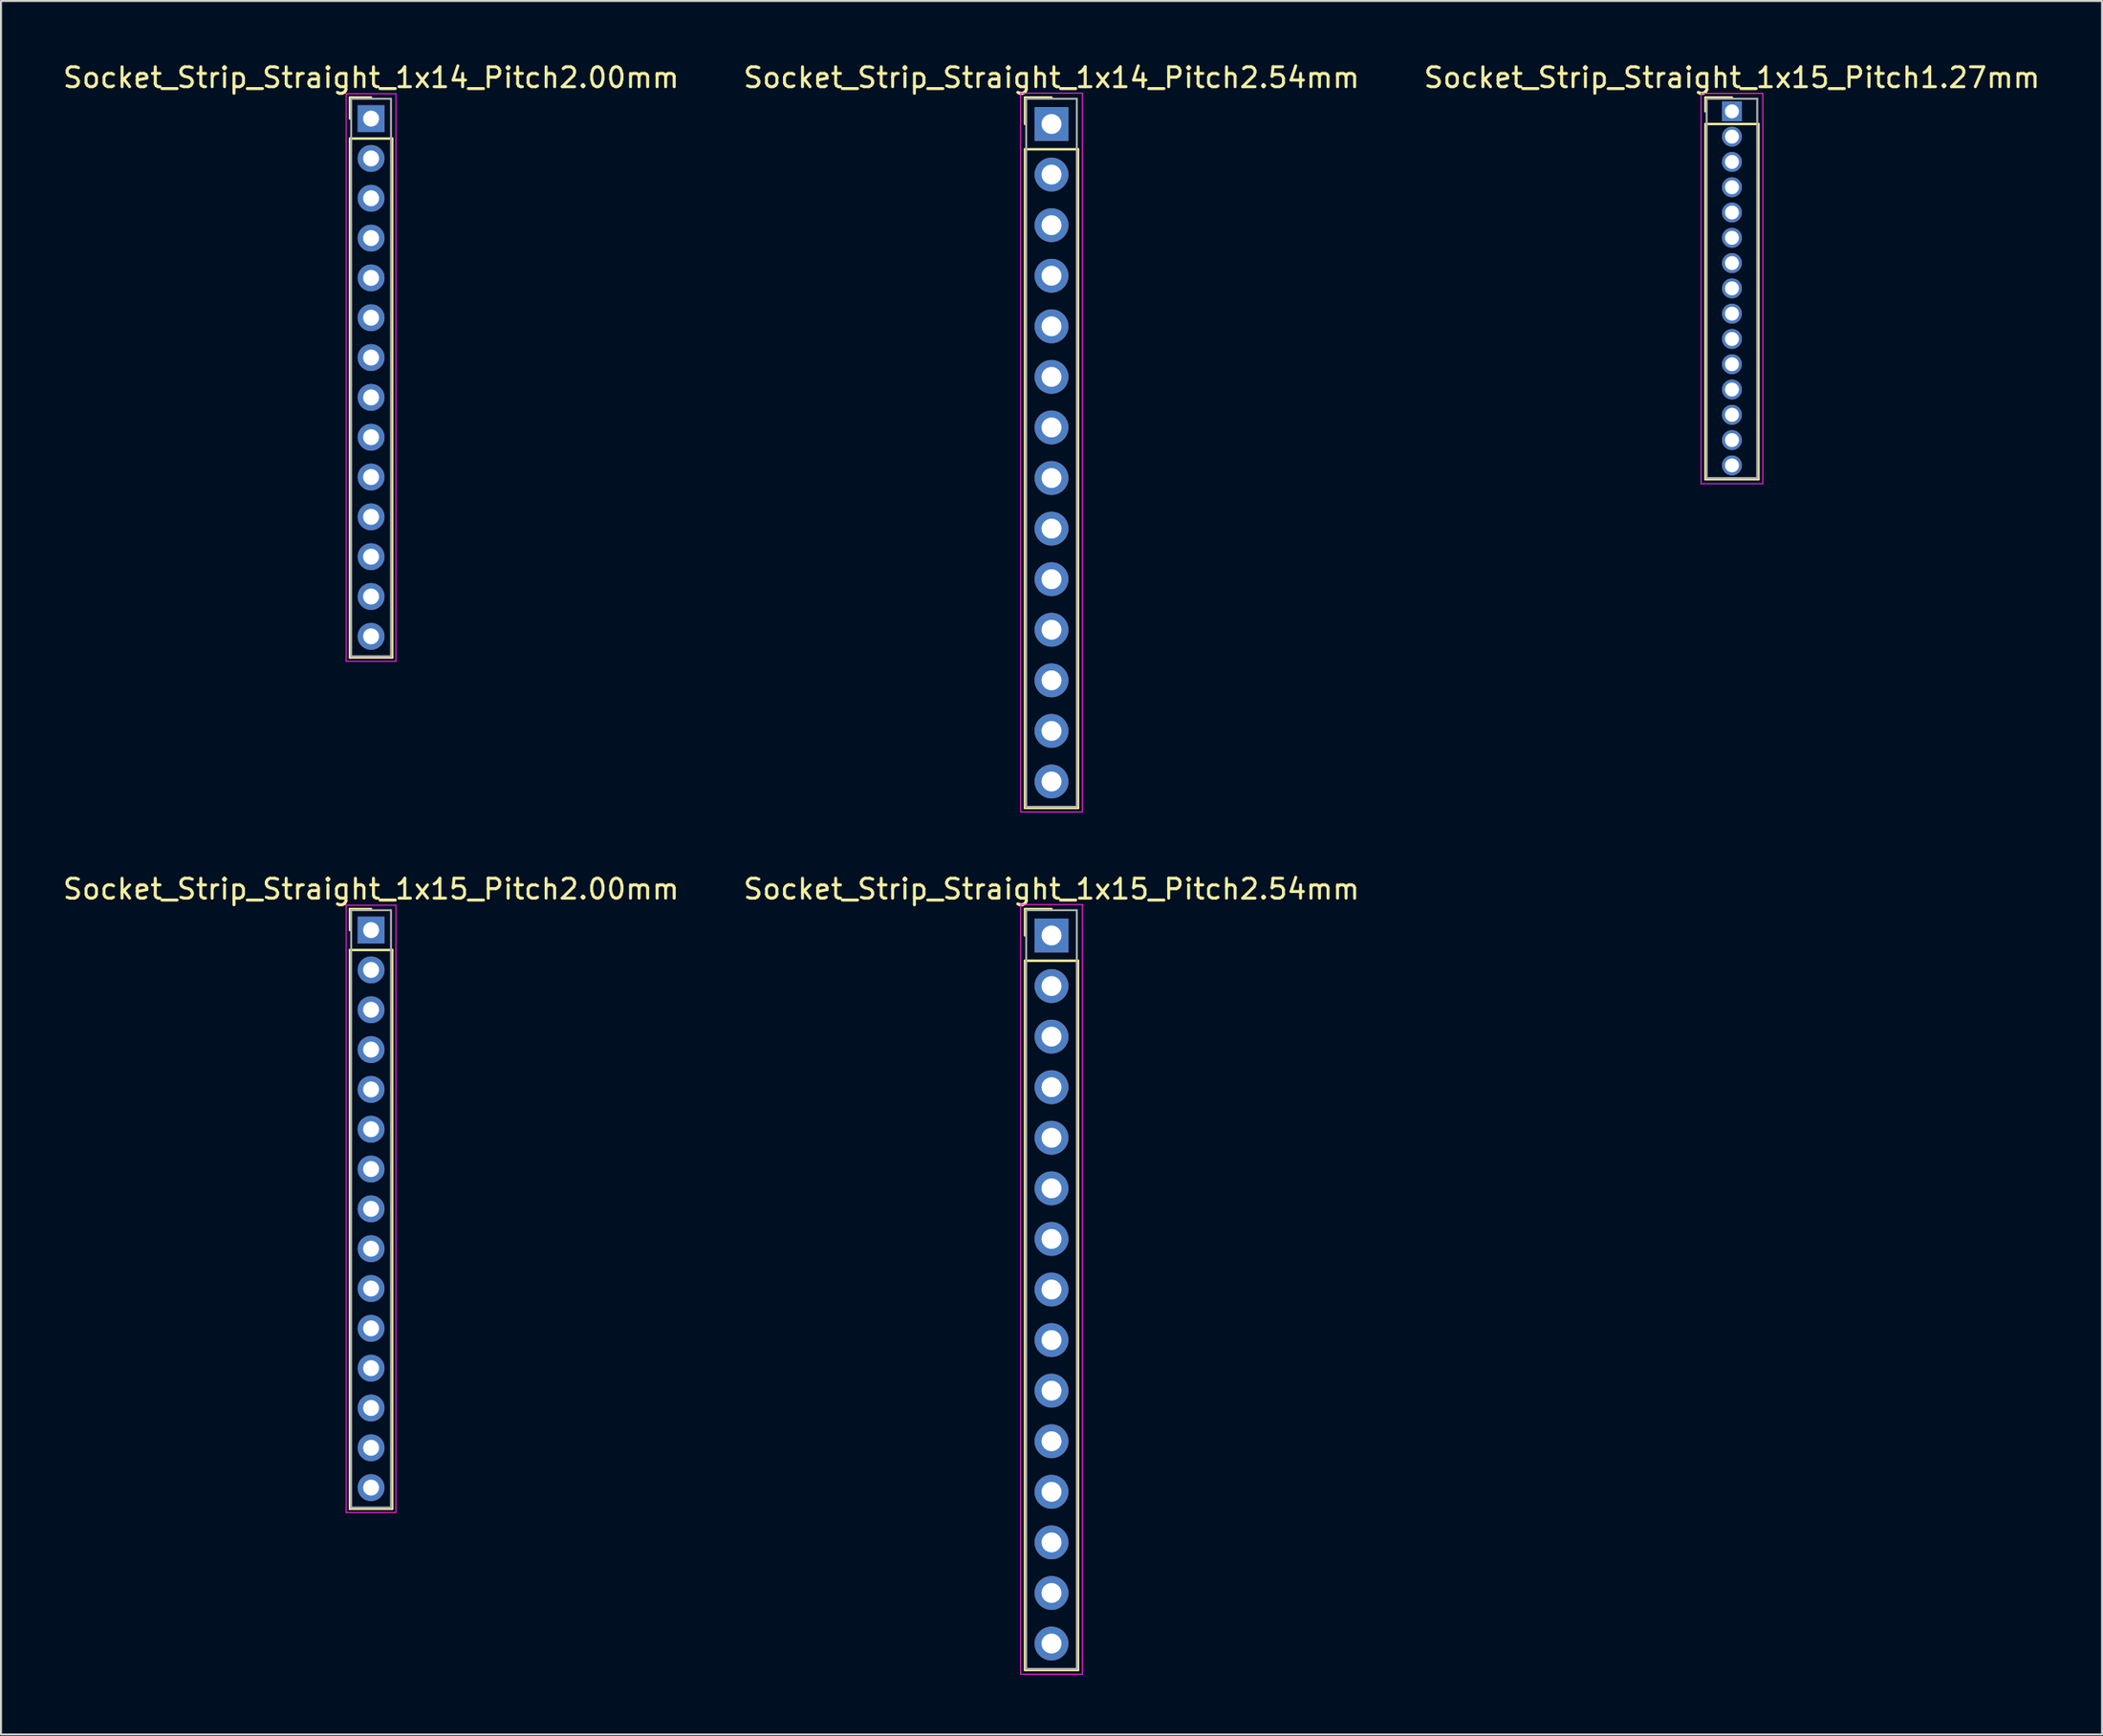
<source format=kicad_pcb>
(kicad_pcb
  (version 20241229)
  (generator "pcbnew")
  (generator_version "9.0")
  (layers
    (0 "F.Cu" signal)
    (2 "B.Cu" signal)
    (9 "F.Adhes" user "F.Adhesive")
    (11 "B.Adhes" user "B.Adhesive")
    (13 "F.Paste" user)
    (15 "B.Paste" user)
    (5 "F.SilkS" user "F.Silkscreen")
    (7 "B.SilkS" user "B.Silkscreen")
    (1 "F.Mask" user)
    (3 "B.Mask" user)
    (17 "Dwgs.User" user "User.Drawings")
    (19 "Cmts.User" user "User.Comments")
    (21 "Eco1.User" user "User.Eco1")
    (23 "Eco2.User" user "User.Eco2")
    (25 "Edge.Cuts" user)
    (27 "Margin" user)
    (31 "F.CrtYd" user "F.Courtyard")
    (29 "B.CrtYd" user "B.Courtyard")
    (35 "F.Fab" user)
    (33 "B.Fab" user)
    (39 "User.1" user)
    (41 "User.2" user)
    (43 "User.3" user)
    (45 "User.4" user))
  (footprint "Socket_Strip_Straight_1x14_Pitch2.54mm"
    (layer "F.Cu")
    (at 49.732 3.178)
    (property "Reference" "Socket_Strip_Straight_1x14_Pitch2.54mm" (at 0 -2.33 0) (layer "F.SilkS") (effects (font (size 1 1) (thickness 0.15))))
    (attr through_hole)
    (fp_line (start -1.33 -1.33) (end 0 -1.33) (stroke (width 0.12) (type solid)) (layer "F.SilkS"))
    (fp_line (start -1.33 0) (end -1.33 -1.33) (stroke (width 0.12) (type solid)) (layer "F.SilkS"))
    (fp_line (start -1.33 1.27) (end -1.33 34.35) (stroke (width 0.12) (type solid)) (layer "F.SilkS"))
    (fp_line (start -1.33 34.35) (end 1.33 34.35) (stroke (width 0.12) (type solid)) (layer "F.SilkS"))
    (fp_line (start 1.33 1.27) (end -1.33 1.27) (stroke (width 0.12) (type solid)) (layer "F.SilkS"))
    (fp_line (start 1.33 34.35) (end 1.33 1.27) (stroke (width 0.12) (type solid)) (layer "F.SilkS"))
    (fp_line (start -1.55 -1.55) (end -1.55 34.55) (stroke (width 0.05) (type solid)) (layer "F.CrtYd"))
    (fp_line (start -1.55 34.55) (end 1.55 34.55) (stroke (width 0.05) (type solid)) (layer "F.CrtYd"))
    (fp_line (start 1.55 -1.55) (end -1.55 -1.55) (stroke (width 0.05) (type solid)) (layer "F.CrtYd"))
    (fp_line (start 1.55 34.55) (end 1.55 -1.55) (stroke (width 0.05) (type solid)) (layer "F.CrtYd"))
    (fp_line (start -1.27 -1.27) (end -1.27 34.29) (stroke (width 0.1) (type solid)) (layer "F.Fab"))
    (fp_line (start -1.27 34.29) (end 1.27 34.29) (stroke (width 0.1) (type solid)) (layer "F.Fab"))
    (fp_line (start 1.27 -1.27) (end -1.27 -1.27) (stroke (width 0.1) (type solid)) (layer "F.Fab"))
    (fp_line (start 1.27 34.29) (end 1.27 -1.27) (stroke (width 0.1) (type solid)) (layer "F.Fab"))
    (pad "1" thru_hole rect (at 0 0) (size 1.7 1.7) (drill 1) (layers "*.Cu" "*.Mask"))
    (pad "2" thru_hole oval (at 0 2.54) (size 1.7 1.7) (drill 1) (layers "*.Cu" "*.Mask"))
    (pad "3" thru_hole oval (at 0 5.08) (size 1.7 1.7) (drill 1) (layers "*.Cu" "*.Mask"))
    (pad "4" thru_hole oval (at 0 7.62) (size 1.7 1.7) (drill 1) (layers "*.Cu" "*.Mask"))
    (pad "5" thru_hole oval (at 0 10.16) (size 1.7 1.7) (drill 1) (layers "*.Cu" "*.Mask"))
    (pad "6" thru_hole oval (at 0 12.7) (size 1.7 1.7) (drill 1) (layers "*.Cu" "*.Mask"))
    (pad "7" thru_hole oval (at 0 15.24) (size 1.7 1.7) (drill 1) (layers "*.Cu" "*.Mask"))
    (pad "8" thru_hole oval (at 0 17.78) (size 1.7 1.7) (drill 1) (layers "*.Cu" "*.Mask"))
    (pad "9" thru_hole oval (at 0 20.32) (size 1.7 1.7) (drill 1) (layers "*.Cu" "*.Mask"))
    (pad "10" thru_hole oval (at 0 22.86) (size 1.7 1.7) (drill 1) (layers "*.Cu" "*.Mask"))
    (pad "11" thru_hole oval (at 0 25.4) (size 1.7 1.7) (drill 1) (layers "*.Cu" "*.Mask"))
    (pad "12" thru_hole oval (at 0 27.94) (size 1.7 1.7) (drill 1) (layers "*.Cu" "*.Mask"))
    (pad "13" thru_hole oval (at 0 30.48) (size 1.7 1.7) (drill 1) (layers "*.Cu" "*.Mask"))
    (pad "14" thru_hole oval (at 0 33.02) (size 1.7 1.7) (drill 1) (layers "*.Cu" "*.Mask")))
  (footprint "Socket_Strip_Straight_1x15_Pitch2.00mm"
    (layer "F.Cu")
    (at 15.577 43.661)
    (property "Reference" "Socket_Strip_Straight_1x15_Pitch2.00mm" (at 0 -2.06 0) (layer "F.SilkS") (effects (font (size 1 1) (thickness 0.15))))
    (attr through_hole)
    (fp_line (start -1.06 -1.06) (end 0 -1.06) (stroke (width 0.12) (type solid)) (layer "F.SilkS"))
    (fp_line (start -1.06 0) (end -1.06 -1.06) (stroke (width 0.12) (type solid)) (layer "F.SilkS"))
    (fp_line (start -1.06 1) (end -1.06 29.06) (stroke (width 0.12) (type solid)) (layer "F.SilkS"))
    (fp_line (start -1.06 29.06) (end 1.06 29.06) (stroke (width 0.12) (type solid)) (layer "F.SilkS"))
    (fp_line (start 1.06 1) (end -1.06 1) (stroke (width 0.12) (type solid)) (layer "F.SilkS"))
    (fp_line (start 1.06 29.06) (end 1.06 1) (stroke (width 0.12) (type solid)) (layer "F.SilkS"))
    (fp_line (start -1.25 -1.25) (end -1.25 29.25) (stroke (width 0.05) (type solid)) (layer "F.CrtYd"))
    (fp_line (start -1.25 29.25) (end 1.25 29.25) (stroke (width 0.05) (type solid)) (layer "F.CrtYd"))
    (fp_line (start 1.25 -1.25) (end -1.25 -1.25) (stroke (width 0.05) (type solid)) (layer "F.CrtYd"))
    (fp_line (start 1.25 29.25) (end 1.25 -1.25) (stroke (width 0.05) (type solid)) (layer "F.CrtYd"))
    (fp_line (start -1 -1) (end -1 29) (stroke (width 0.1) (type solid)) (layer "F.Fab"))
    (fp_line (start -1 29) (end 1 29) (stroke (width 0.1) (type solid)) (layer "F.Fab"))
    (fp_line (start 1 -1) (end -1 -1) (stroke (width 0.1) (type solid)) (layer "F.Fab"))
    (fp_line (start 1 29) (end 1 -1) (stroke (width 0.1) (type solid)) (layer "F.Fab"))
    (pad "1" thru_hole rect (at 0 0) (size 1.35 1.35) (drill 0.8) (layers "*.Cu" "*.Mask"))
    (pad "2" thru_hole oval (at 0 2) (size 1.35 1.35) (drill 0.8) (layers "*.Cu" "*.Mask"))
    (pad "3" thru_hole oval (at 0 4) (size 1.35 1.35) (drill 0.8) (layers "*.Cu" "*.Mask"))
    (pad "4" thru_hole oval (at 0 6) (size 1.35 1.35) (drill 0.8) (layers "*.Cu" "*.Mask"))
    (pad "5" thru_hole oval (at 0 8) (size 1.35 1.35) (drill 0.8) (layers "*.Cu" "*.Mask"))
    (pad "6" thru_hole oval (at 0 10) (size 1.35 1.35) (drill 0.8) (layers "*.Cu" "*.Mask"))
    (pad "7" thru_hole oval (at 0 12) (size 1.35 1.35) (drill 0.8) (layers "*.Cu" "*.Mask"))
    (pad "8" thru_hole oval (at 0 14) (size 1.35 1.35) (drill 0.8) (layers "*.Cu" "*.Mask"))
    (pad "9" thru_hole oval (at 0 16) (size 1.35 1.35) (drill 0.8) (layers "*.Cu" "*.Mask"))
    (pad "10" thru_hole oval (at 0 18) (size 1.35 1.35) (drill 0.8) (layers "*.Cu" "*.Mask"))
    (pad "11" thru_hole oval (at 0 20) (size 1.35 1.35) (drill 0.8) (layers "*.Cu" "*.Mask"))
    (pad "12" thru_hole oval (at 0 22) (size 1.35 1.35) (drill 0.8) (layers "*.Cu" "*.Mask"))
    (pad "13" thru_hole oval (at 0 24) (size 1.35 1.35) (drill 0.8) (layers "*.Cu" "*.Mask"))
    (pad "14" thru_hole oval (at 0 26) (size 1.35 1.35) (drill 0.8) (layers "*.Cu" "*.Mask"))
    (pad "15" thru_hole oval (at 0 28) (size 1.35 1.35) (drill 0.8) (layers "*.Cu" "*.Mask")))
  (footprint "Socket_Strip_Straight_1x15_Pitch1.27mm"
    (layer "F.Cu")
    (at 83.887 2.543)
    (property "Reference" "Socket_Strip_Straight_1x15_Pitch1.27mm" (at 0 -1.695 0) (layer "F.SilkS") (effects (font (size 1 1) (thickness 0.15))))
    (attr through_hole)
    (fp_line (start -1.33 -0.695) (end 0 -0.695) (stroke (width 0.12) (type solid)) (layer "F.SilkS"))
    (fp_line (start -1.33 0) (end -1.33 -0.695) (stroke (width 0.12) (type solid)) (layer "F.SilkS"))
    (fp_line (start -1.33 0.635) (end -1.33 18.475) (stroke (width 0.12) (type solid)) (layer "F.SilkS"))
    (fp_line (start -1.33 18.475) (end 1.33 18.475) (stroke (width 0.12) (type solid)) (layer "F.SilkS"))
    (fp_line (start 1.33 0.635) (end -1.33 0.635) (stroke (width 0.12) (type solid)) (layer "F.SilkS"))
    (fp_line (start 1.33 18.475) (end 1.33 0.635) (stroke (width 0.12) (type solid)) (layer "F.SilkS"))
    (fp_line (start -1.55 -0.9) (end -1.55 18.7) (stroke (width 0.05) (type solid)) (layer "F.CrtYd"))
    (fp_line (start -1.55 18.7) (end 1.55 18.7) (stroke (width 0.05) (type solid)) (layer "F.CrtYd"))
    (fp_line (start 1.55 -0.9) (end -1.55 -0.9) (stroke (width 0.05) (type solid)) (layer "F.CrtYd"))
    (fp_line (start 1.55 18.7) (end 1.55 -0.9) (stroke (width 0.05) (type solid)) (layer "F.CrtYd"))
    (fp_line (start -1.27 -0.635) (end -1.27 18.415) (stroke (width 0.1) (type solid)) (layer "F.Fab"))
    (fp_line (start -1.27 18.415) (end 1.27 18.415) (stroke (width 0.1) (type solid)) (layer "F.Fab"))
    (fp_line (start 1.27 -0.635) (end -1.27 -0.635) (stroke (width 0.1) (type solid)) (layer "F.Fab"))
    (fp_line (start 1.27 18.415) (end 1.27 -0.635) (stroke (width 0.1) (type solid)) (layer "F.Fab"))
    (pad "1" thru_hole rect (at 0 0) (size 1 1) (drill 0.7) (layers "*.Cu" "*.Mask"))
    (pad "2" thru_hole oval (at 0 1.27) (size 1 1) (drill 0.7) (layers "*.Cu" "*.Mask"))
    (pad "3" thru_hole oval (at 0 2.54) (size 1 1) (drill 0.7) (layers "*.Cu" "*.Mask"))
    (pad "4" thru_hole oval (at 0 3.81) (size 1 1) (drill 0.7) (layers "*.Cu" "*.Mask"))
    (pad "5" thru_hole oval (at 0 5.08) (size 1 1) (drill 0.7) (layers "*.Cu" "*.Mask"))
    (pad "6" thru_hole oval (at 0 6.35) (size 1 1) (drill 0.7) (layers "*.Cu" "*.Mask"))
    (pad "7" thru_hole oval (at 0 7.62) (size 1 1) (drill 0.7) (layers "*.Cu" "*.Mask"))
    (pad "8" thru_hole oval (at 0 8.89) (size 1 1) (drill 0.7) (layers "*.Cu" "*.Mask"))
    (pad "9" thru_hole oval (at 0 10.16) (size 1 1) (drill 0.7) (layers "*.Cu" "*.Mask"))
    (pad "10" thru_hole oval (at 0 11.43) (size 1 1) (drill 0.7) (layers "*.Cu" "*.Mask"))
    (pad "11" thru_hole oval (at 0 12.7) (size 1 1) (drill 0.7) (layers "*.Cu" "*.Mask"))
    (pad "12" thru_hole oval (at 0 13.97) (size 1 1) (drill 0.7) (layers "*.Cu" "*.Mask"))
    (pad "13" thru_hole oval (at 0 15.24) (size 1 1) (drill 0.7) (layers "*.Cu" "*.Mask"))
    (pad "14" thru_hole oval (at 0 16.51) (size 1 1) (drill 0.7) (layers "*.Cu" "*.Mask"))
    (pad "15" thru_hole oval (at 0 17.78) (size 1 1) (drill 0.7) (layers "*.Cu" "*.Mask")))
  (footprint "Socket_Strip_Straight_1x15_Pitch2.54mm"
    (layer "F.Cu")
    (at 49.732 43.931)
    (property "Reference" "Socket_Strip_Straight_1x15_Pitch2.54mm" (at 0 -2.33 0) (layer "F.SilkS") (effects (font (size 1 1) (thickness 0.15))))
    (attr through_hole)
    (fp_line (start -1.33 -1.33) (end 0 -1.33) (stroke (width 0.12) (type solid)) (layer "F.SilkS"))
    (fp_line (start -1.33 0) (end -1.33 -1.33) (stroke (width 0.12) (type solid)) (layer "F.SilkS"))
    (fp_line (start -1.33 1.27) (end -1.33 36.89) (stroke (width 0.12) (type solid)) (layer "F.SilkS"))
    (fp_line (start -1.33 36.89) (end 1.33 36.89) (stroke (width 0.12) (type solid)) (layer "F.SilkS"))
    (fp_line (start 1.33 1.27) (end -1.33 1.27) (stroke (width 0.12) (type solid)) (layer "F.SilkS"))
    (fp_line (start 1.33 36.89) (end 1.33 1.27) (stroke (width 0.12) (type solid)) (layer "F.SilkS"))
    (fp_line (start -1.55 -1.55) (end -1.55 37.1) (stroke (width 0.05) (type solid)) (layer "F.CrtYd"))
    (fp_line (start -1.55 37.1) (end 1.55 37.1) (stroke (width 0.05) (type solid)) (layer "F.CrtYd"))
    (fp_line (start 1.55 -1.55) (end -1.55 -1.55) (stroke (width 0.05) (type solid)) (layer "F.CrtYd"))
    (fp_line (start 1.55 37.1) (end 1.55 -1.55) (stroke (width 0.05) (type solid)) (layer "F.CrtYd"))
    (fp_line (start -1.27 -1.27) (end -1.27 36.83) (stroke (width 0.1) (type solid)) (layer "F.Fab"))
    (fp_line (start -1.27 36.83) (end 1.27 36.83) (stroke (width 0.1) (type solid)) (layer "F.Fab"))
    (fp_line (start 1.27 -1.27) (end -1.27 -1.27) (stroke (width 0.1) (type solid)) (layer "F.Fab"))
    (fp_line (start 1.27 36.83) (end 1.27 -1.27) (stroke (width 0.1) (type solid)) (layer "F.Fab"))
    (pad "1" thru_hole rect (at 0 0) (size 1.7 1.7) (drill 1) (layers "*.Cu" "*.Mask"))
    (pad "2" thru_hole oval (at 0 2.54) (size 1.7 1.7) (drill 1) (layers "*.Cu" "*.Mask"))
    (pad "3" thru_hole oval (at 0 5.08) (size 1.7 1.7) (drill 1) (layers "*.Cu" "*.Mask"))
    (pad "4" thru_hole oval (at 0 7.62) (size 1.7 1.7) (drill 1) (layers "*.Cu" "*.Mask"))
    (pad "5" thru_hole oval (at 0 10.16) (size 1.7 1.7) (drill 1) (layers "*.Cu" "*.Mask"))
    (pad "6" thru_hole oval (at 0 12.7) (size 1.7 1.7) (drill 1) (layers "*.Cu" "*.Mask"))
    (pad "7" thru_hole oval (at 0 15.24) (size 1.7 1.7) (drill 1) (layers "*.Cu" "*.Mask"))
    (pad "8" thru_hole oval (at 0 17.78) (size 1.7 1.7) (drill 1) (layers "*.Cu" "*.Mask"))
    (pad "9" thru_hole oval (at 0 20.32) (size 1.7 1.7) (drill 1) (layers "*.Cu" "*.Mask"))
    (pad "10" thru_hole oval (at 0 22.86) (size 1.7 1.7) (drill 1) (layers "*.Cu" "*.Mask"))
    (pad "11" thru_hole oval (at 0 25.4) (size 1.7 1.7) (drill 1) (layers "*.Cu" "*.Mask"))
    (pad "12" thru_hole oval (at 0 27.94) (size 1.7 1.7) (drill 1) (layers "*.Cu" "*.Mask"))
    (pad "13" thru_hole oval (at 0 30.48) (size 1.7 1.7) (drill 1) (layers "*.Cu" "*.Mask"))
    (pad "14" thru_hole oval (at 0 33.02) (size 1.7 1.7) (drill 1) (layers "*.Cu" "*.Mask"))
    (pad "15" thru_hole oval (at 0 35.56) (size 1.7 1.7) (drill 1) (layers "*.Cu" "*.Mask")))
  (footprint "Socket_Strip_Straight_1x14_Pitch2.00mm"
    (layer "F.Cu")
    (at 15.577 2.908)
    (property "Reference" "Socket_Strip_Straight_1x14_Pitch2.00mm" (at 0 -2.06 0) (layer "F.SilkS") (effects (font (size 1 1) (thickness 0.15))))
    (attr through_hole)
    (fp_line (start -1.06 -1.06) (end 0 -1.06) (stroke (width 0.12) (type solid)) (layer "F.SilkS"))
    (fp_line (start -1.06 0) (end -1.06 -1.06) (stroke (width 0.12) (type solid)) (layer "F.SilkS"))
    (fp_line (start -1.06 1) (end -1.06 27.06) (stroke (width 0.12) (type solid)) (layer "F.SilkS"))
    (fp_line (start -1.06 27.06) (end 1.06 27.06) (stroke (width 0.12) (type solid)) (layer "F.SilkS"))
    (fp_line (start 1.06 1) (end -1.06 1) (stroke (width 0.12) (type solid)) (layer "F.SilkS"))
    (fp_line (start 1.06 27.06) (end 1.06 1) (stroke (width 0.12) (type solid)) (layer "F.SilkS"))
    (fp_line (start -1.25 -1.25) (end -1.25 27.25) (stroke (width 0.05) (type solid)) (layer "F.CrtYd"))
    (fp_line (start -1.25 27.25) (end 1.25 27.25) (stroke (width 0.05) (type solid)) (layer "F.CrtYd"))
    (fp_line (start 1.25 -1.25) (end -1.25 -1.25) (stroke (width 0.05) (type solid)) (layer "F.CrtYd"))
    (fp_line (start 1.25 27.25) (end 1.25 -1.25) (stroke (width 0.05) (type solid)) (layer "F.CrtYd"))
    (fp_line (start -1 -1) (end -1 27) (stroke (width 0.1) (type solid)) (layer "F.Fab"))
    (fp_line (start -1 27) (end 1 27) (stroke (width 0.1) (type solid)) (layer "F.Fab"))
    (fp_line (start 1 -1) (end -1 -1) (stroke (width 0.1) (type solid)) (layer "F.Fab"))
    (fp_line (start 1 27) (end 1 -1) (stroke (width 0.1) (type solid)) (layer "F.Fab"))
    (pad "1" thru_hole rect (at 0 0) (size 1.35 1.35) (drill 0.8) (layers "*.Cu" "*.Mask"))
    (pad "2" thru_hole oval (at 0 2) (size 1.35 1.35) (drill 0.8) (layers "*.Cu" "*.Mask"))
    (pad "3" thru_hole oval (at 0 4) (size 1.35 1.35) (drill 0.8) (layers "*.Cu" "*.Mask"))
    (pad "4" thru_hole oval (at 0 6) (size 1.35 1.35) (drill 0.8) (layers "*.Cu" "*.Mask"))
    (pad "5" thru_hole oval (at 0 8) (size 1.35 1.35) (drill 0.8) (layers "*.Cu" "*.Mask"))
    (pad "6" thru_hole oval (at 0 10) (size 1.35 1.35) (drill 0.8) (layers "*.Cu" "*.Mask"))
    (pad "7" thru_hole oval (at 0 12) (size 1.35 1.35) (drill 0.8) (layers "*.Cu" "*.Mask"))
    (pad "8" thru_hole oval (at 0 14) (size 1.35 1.35) (drill 0.8) (layers "*.Cu" "*.Mask"))
    (pad "9" thru_hole oval (at 0 16) (size 1.35 1.35) (drill 0.8) (layers "*.Cu" "*.Mask"))
    (pad "10" thru_hole oval (at 0 18) (size 1.35 1.35) (drill 0.8) (layers "*.Cu" "*.Mask"))
    (pad "11" thru_hole oval (at 0 20) (size 1.35 1.35) (drill 0.8) (layers "*.Cu" "*.Mask"))
    (pad "12" thru_hole oval (at 0 22) (size 1.35 1.35) (drill 0.8) (layers "*.Cu" "*.Mask"))
    (pad "13" thru_hole oval (at 0 24) (size 1.35 1.35) (drill 0.8) (layers "*.Cu" "*.Mask"))
    (pad "14" thru_hole oval (at 0 26) (size 1.35 1.35) (drill 0.8) (layers "*.Cu" "*.Mask")))
  (gr_rect
    (start -3 -3)
    (end 102.464 84.056)
    (stroke (width 0.1) (type default))
    (fill no)
    (layer "Edge.Cuts")))
</source>
